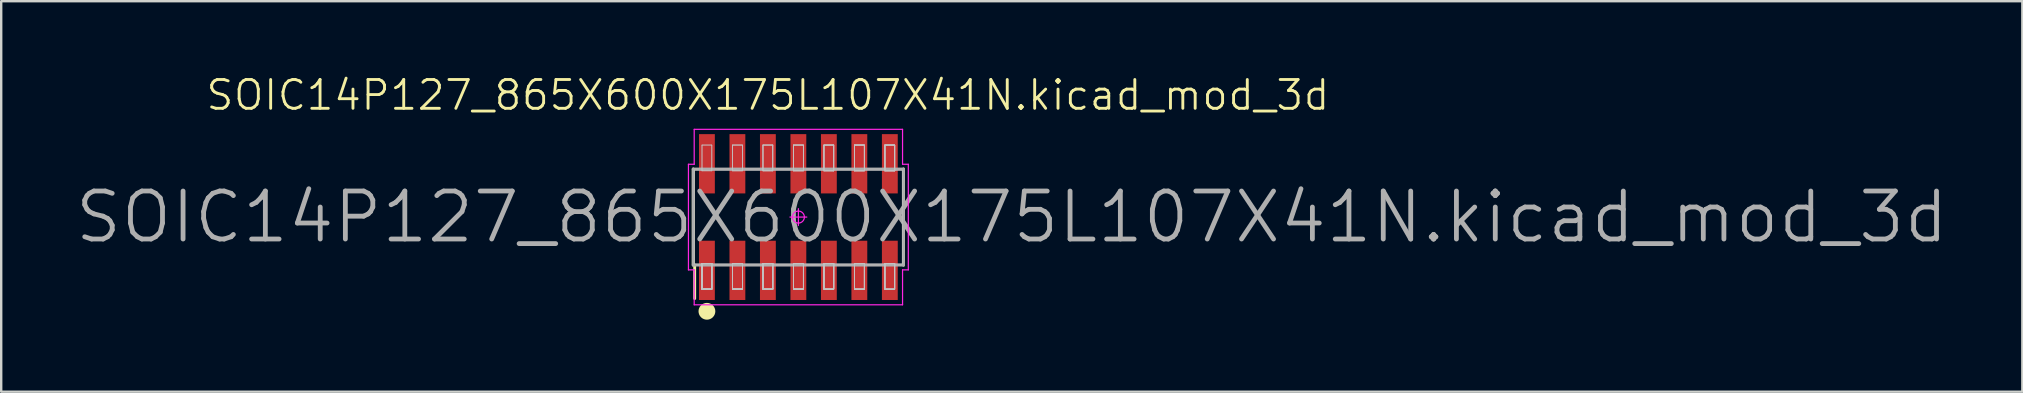
<source format=kicad_pcb>
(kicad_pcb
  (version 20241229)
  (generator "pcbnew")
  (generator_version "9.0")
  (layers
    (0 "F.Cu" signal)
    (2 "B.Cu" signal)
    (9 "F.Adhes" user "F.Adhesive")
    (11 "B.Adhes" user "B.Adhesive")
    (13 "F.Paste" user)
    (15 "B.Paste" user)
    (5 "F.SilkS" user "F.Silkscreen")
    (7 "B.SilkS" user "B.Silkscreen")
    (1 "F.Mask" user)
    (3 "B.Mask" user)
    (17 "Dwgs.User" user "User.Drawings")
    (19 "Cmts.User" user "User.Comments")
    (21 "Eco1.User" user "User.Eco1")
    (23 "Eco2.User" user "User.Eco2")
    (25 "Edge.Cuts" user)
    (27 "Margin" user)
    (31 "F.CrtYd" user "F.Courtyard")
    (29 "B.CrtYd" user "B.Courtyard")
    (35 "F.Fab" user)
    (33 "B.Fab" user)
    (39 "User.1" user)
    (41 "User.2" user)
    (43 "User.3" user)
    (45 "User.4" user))
  (footprint "SOIC14P127_865X600X175L107X41N.kicad_mod_3d"
    (layer "F.Cu")
    (at 30.21 5.993)
    (property "Reference" "SOIC14P127_865X600X175L107X41N.kicad_mod_3d" (at -1.27 -5.08 0) (layer "F.SilkS") (effects (font (size 1.2 1.2) (thickness 0.12))))
    (attr smd)
    (fp_line (start -4.38 2) (end -4.38 -2) (stroke (width 0.12) (type solid)) (layer "F.SilkS"))
    (fp_line (start -4.32 2) (end -4.32 3.395) (stroke (width 0.12) (type solid)) (layer "F.SilkS"))
    (fp_line (start 4.38 2) (end 4.38 -2) (stroke (width 0.12) (type solid)) (layer "F.SilkS"))
    (fp_circle (center -3.81 3.925) (end -3.81 4.1) (stroke (width 0.35) (type solid)) (fill no) (layer "F.SilkS"))
    (fp_line (start -4.325 -1.95) (end 4.325 -1.95) (stroke (width 0.025) (type solid)) (layer "Dwgs.User"))
    (fp_line (start -4.325 1.95) (end -4.325 -1.95) (stroke (width 0.025) (type solid)) (layer "Dwgs.User"))
    (fp_line (start -4.015 -3) (end -3.605 -3) (stroke (width 0.025) (type solid)) (layer "Dwgs.User"))
    (fp_line (start -4.015 -3) (end -3.605 -3) (stroke (width 0.025) (type solid)) (layer "Dwgs.User"))
    (fp_line (start -4.015 -1.925) (end -4.015 -3) (stroke (width 0.025) (type solid)) (layer "Dwgs.User"))
    (fp_line (start -4.015 -1.925) (end -4.015 -3) (stroke (width 0.025) (type solid)) (layer "Dwgs.User"))
    (fp_line (start -4.015 1.925) (end -3.605 1.925) (stroke (width 0.025) (type solid)) (layer "Dwgs.User"))
    (fp_line (start -4.015 1.925) (end -3.605 1.925) (stroke (width 0.025) (type solid)) (layer "Dwgs.User"))
    (fp_line (start -4.015 1.925) (end -3.605 1.925) (stroke (width 0.025) (type solid)) (layer "Dwgs.User"))
    (fp_line (start -4.015 1.925) (end -3.605 1.925) (stroke (width 0.025) (type solid)) (layer "Dwgs.User"))
    (fp_line (start -4.015 1.925) (end -3.605 1.925) (stroke (width 0.025) (type solid)) (layer "Dwgs.User"))
    (fp_line (start -4.015 1.925) (end -3.605 1.925) (stroke (width 0.025) (type solid)) (layer "Dwgs.User"))
    (fp_line (start -4.015 1.925) (end -3.605 1.925) (stroke (width 0.025) (type solid)) (layer "Dwgs.User"))
    (fp_line (start -4.015 1.925) (end -3.605 1.925) (stroke (width 0.025) (type solid)) (layer "Dwgs.User"))
    (fp_line (start -4.015 1.925) (end -3.605 1.925) (stroke (width 0.025) (type solid)) (layer "Dwgs.User"))
    (fp_line (start -4.015 1.925) (end -3.605 1.925) (stroke (width 0.025) (type solid)) (layer "Dwgs.User"))
    (fp_line (start -4.015 1.925) (end -3.605 1.925) (stroke (width 0.025) (type solid)) (layer "Dwgs.User"))
    (fp_line (start -4.015 1.925) (end -3.605 1.925) (stroke (width 0.025) (type solid)) (layer "Dwgs.User"))
    (fp_line (start -4.015 1.925) (end -3.605 1.925) (stroke (width 0.025) (type solid)) (layer "Dwgs.User"))
    (fp_line (start -4.015 1.925) (end -3.605 1.925) (stroke (width 0.025) (type solid)) (layer "Dwgs.User"))
    (fp_line (start -4.015 1.925) (end -3.605 1.925) (stroke (width 0.025) (type solid)) (layer "Dwgs.User"))
    (fp_line (start -4.015 3) (end -4.015 1.925) (stroke (width 0.025) (type solid)) (layer "Dwgs.User"))
    (fp_line (start -4.015 3) (end -4.015 1.925) (stroke (width 0.025) (type solid)) (layer "Dwgs.User"))
    (fp_line (start -4.015 3) (end -4.015 1.925) (stroke (width 0.025) (type solid)) (layer "Dwgs.User"))
    (fp_line (start -4.015 3) (end -4.015 1.925) (stroke (width 0.025) (type solid)) (layer "Dwgs.User"))
    (fp_line (start -4.015 3) (end -4.015 1.925) (stroke (width 0.025) (type solid)) (layer "Dwgs.User"))
    (fp_line (start -4.015 3) (end -4.015 1.925) (stroke (width 0.025) (type solid)) (layer "Dwgs.User"))
    (fp_line (start -4.015 3) (end -4.015 1.925) (stroke (width 0.025) (type solid)) (layer "Dwgs.User"))
    (fp_line (start -4.015 3) (end -4.015 1.925) (stroke (width 0.025) (type solid)) (layer "Dwgs.User"))
    (fp_line (start -4.015 3) (end -4.015 1.925) (stroke (width 0.025) (type solid)) (layer "Dwgs.User"))
    (fp_line (start -4.015 3) (end -4.015 1.925) (stroke (width 0.025) (type solid)) (layer "Dwgs.User"))
    (fp_line (start -4.015 3) (end -4.015 1.925) (stroke (width 0.025) (type solid)) (layer "Dwgs.User"))
    (fp_line (start -4.015 3) (end -4.015 1.925) (stroke (width 0.025) (type solid)) (layer "Dwgs.User"))
    (fp_line (start -4.015 3) (end -4.015 1.925) (stroke (width 0.025) (type solid)) (layer "Dwgs.User"))
    (fp_line (start -4.015 3) (end -4.015 1.925) (stroke (width 0.025) (type solid)) (layer "Dwgs.User"))
    (fp_line (start -4.015 3) (end -4.015 1.925) (stroke (width 0.025) (type solid)) (layer "Dwgs.User"))
    (fp_line (start -3.605 -3) (end -3.605 -1.925) (stroke (width 0.025) (type solid)) (layer "Dwgs.User"))
    (fp_line (start -3.605 -3) (end -3.605 -1.925) (stroke (width 0.025) (type solid)) (layer "Dwgs.User"))
    (fp_line (start -3.605 -1.925) (end -4.015 -1.925) (stroke (width 0.025) (type solid)) (layer "Dwgs.User"))
    (fp_line (start -3.605 -1.925) (end -4.015 -1.925) (stroke (width 0.025) (type solid)) (layer "Dwgs.User"))
    (fp_line (start -3.605 1.925) (end -3.605 3) (stroke (width 0.025) (type solid)) (layer "Dwgs.User"))
    (fp_line (start -3.605 1.925) (end -3.605 3) (stroke (width 0.025) (type solid)) (layer "Dwgs.User"))
    (fp_line (start -3.605 1.925) (end -3.605 3) (stroke (width 0.025) (type solid)) (layer "Dwgs.User"))
    (fp_line (start -3.605 1.925) (end -3.605 3) (stroke (width 0.025) (type solid)) (layer "Dwgs.User"))
    (fp_line (start -3.605 1.925) (end -3.605 3) (stroke (width 0.025) (type solid)) (layer "Dwgs.User"))
    (fp_line (start -3.605 1.925) (end -3.605 3) (stroke (width 0.025) (type solid)) (layer "Dwgs.User"))
    (fp_line (start -3.605 1.925) (end -3.605 3) (stroke (width 0.025) (type solid)) (layer "Dwgs.User"))
    (fp_line (start -3.605 1.925) (end -3.605 3) (stroke (width 0.025) (type solid)) (layer "Dwgs.User"))
    (fp_line (start -3.605 1.925) (end -3.605 3) (stroke (width 0.025) (type solid)) (layer "Dwgs.User"))
    (fp_line (start -3.605 1.925) (end -3.605 3) (stroke (width 0.025) (type solid)) (layer "Dwgs.User"))
    (fp_line (start -3.605 1.925) (end -3.605 3) (stroke (width 0.025) (type solid)) (layer "Dwgs.User"))
    (fp_line (start -3.605 1.925) (end -3.605 3) (stroke (width 0.025) (type solid)) (layer "Dwgs.User"))
    (fp_line (start -3.605 1.925) (end -3.605 3) (stroke (width 0.025) (type solid)) (layer "Dwgs.User"))
    (fp_line (start -3.605 1.925) (end -3.605 3) (stroke (width 0.025) (type solid)) (layer "Dwgs.User"))
    (fp_line (start -3.605 1.925) (end -3.605 3) (stroke (width 0.025) (type solid)) (layer "Dwgs.User"))
    (fp_line (start -3.605 3) (end -4.015 3) (stroke (width 0.025) (type solid)) (layer "Dwgs.User"))
    (fp_line (start -3.605 3) (end -4.015 3) (stroke (width 0.025) (type solid)) (layer "Dwgs.User"))
    (fp_line (start -3.605 3) (end -4.015 3) (stroke (width 0.025) (type solid)) (layer "Dwgs.User"))
    (fp_line (start -3.605 3) (end -4.015 3) (stroke (width 0.025) (type solid)) (layer "Dwgs.User"))
    (fp_line (start -3.605 3) (end -4.015 3) (stroke (width 0.025) (type solid)) (layer "Dwgs.User"))
    (fp_line (start -3.605 3) (end -4.015 3) (stroke (width 0.025) (type solid)) (layer "Dwgs.User"))
    (fp_line (start -3.605 3) (end -4.015 3) (stroke (width 0.025) (type solid)) (layer "Dwgs.User"))
    (fp_line (start -3.605 3) (end -4.015 3) (stroke (width 0.025) (type solid)) (layer "Dwgs.User"))
    (fp_line (start -3.605 3) (end -4.015 3) (stroke (width 0.025) (type solid)) (layer "Dwgs.User"))
    (fp_line (start -3.605 3) (end -4.015 3) (stroke (width 0.025) (type solid)) (layer "Dwgs.User"))
    (fp_line (start -3.605 3) (end -4.015 3) (stroke (width 0.025) (type solid)) (layer "Dwgs.User"))
    (fp_line (start -3.605 3) (end -4.015 3) (stroke (width 0.025) (type solid)) (layer "Dwgs.User"))
    (fp_line (start -3.605 3) (end -4.015 3) (stroke (width 0.025) (type solid)) (layer "Dwgs.User"))
    (fp_line (start -3.605 3) (end -4.015 3) (stroke (width 0.025) (type solid)) (layer "Dwgs.User"))
    (fp_line (start -3.605 3) (end -4.015 3) (stroke (width 0.025) (type solid)) (layer "Dwgs.User"))
    (fp_line (start -2.745 -3) (end -2.335 -3) (stroke (width 0.025) (type solid)) (layer "Dwgs.User"))
    (fp_line (start -2.745 -3) (end -2.335 -3) (stroke (width 0.025) (type solid)) (layer "Dwgs.User"))
    (fp_line (start -2.745 -3) (end -2.335 -3) (stroke (width 0.025) (type solid)) (layer "Dwgs.User"))
    (fp_line (start -2.745 -1.925) (end -2.745 -3) (stroke (width 0.025) (type solid)) (layer "Dwgs.User"))
    (fp_line (start -2.745 -1.925) (end -2.745 -3) (stroke (width 0.025) (type solid)) (layer "Dwgs.User"))
    (fp_line (start -2.745 -1.925) (end -2.745 -3) (stroke (width 0.025) (type solid)) (layer "Dwgs.User"))
    (fp_line (start -2.745 1.925) (end -2.335 1.925) (stroke (width 0.025) (type solid)) (layer "Dwgs.User"))
    (fp_line (start -2.745 1.925) (end -2.335 1.925) (stroke (width 0.025) (type solid)) (layer "Dwgs.User"))
    (fp_line (start -2.745 1.925) (end -2.335 1.925) (stroke (width 0.025) (type solid)) (layer "Dwgs.User"))
    (fp_line (start -2.745 1.925) (end -2.335 1.925) (stroke (width 0.025) (type solid)) (layer "Dwgs.User"))
    (fp_line (start -2.745 1.925) (end -2.335 1.925) (stroke (width 0.025) (type solid)) (layer "Dwgs.User"))
    (fp_line (start -2.745 1.925) (end -2.335 1.925) (stroke (width 0.025) (type solid)) (layer "Dwgs.User"))
    (fp_line (start -2.745 1.925) (end -2.335 1.925) (stroke (width 0.025) (type solid)) (layer "Dwgs.User"))
    (fp_line (start -2.745 1.925) (end -2.335 1.925) (stroke (width 0.025) (type solid)) (layer "Dwgs.User"))
    (fp_line (start -2.745 1.925) (end -2.335 1.925) (stroke (width 0.025) (type solid)) (layer "Dwgs.User"))
    (fp_line (start -2.745 1.925) (end -2.335 1.925) (stroke (width 0.025) (type solid)) (layer "Dwgs.User"))
    (fp_line (start -2.745 1.925) (end -2.335 1.925) (stroke (width 0.025) (type solid)) (layer "Dwgs.User"))
    (fp_line (start -2.745 1.925) (end -2.335 1.925) (stroke (width 0.025) (type solid)) (layer "Dwgs.User"))
    (fp_line (start -2.745 1.925) (end -2.335 1.925) (stroke (width 0.025) (type solid)) (layer "Dwgs.User"))
    (fp_line (start -2.745 1.925) (end -2.335 1.925) (stroke (width 0.025) (type solid)) (layer "Dwgs.User"))
    (fp_line (start -2.745 3) (end -2.745 1.925) (stroke (width 0.025) (type solid)) (layer "Dwgs.User"))
    (fp_line (start -2.745 3) (end -2.745 1.925) (stroke (width 0.025) (type solid)) (layer "Dwgs.User"))
    (fp_line (start -2.745 3) (end -2.745 1.925) (stroke (width 0.025) (type solid)) (layer "Dwgs.User"))
    (fp_line (start -2.745 3) (end -2.745 1.925) (stroke (width 0.025) (type solid)) (layer "Dwgs.User"))
    (fp_line (start -2.745 3) (end -2.745 1.925) (stroke (width 0.025) (type solid)) (layer "Dwgs.User"))
    (fp_line (start -2.745 3) (end -2.745 1.925) (stroke (width 0.025) (type solid)) (layer "Dwgs.User"))
    (fp_line (start -2.745 3) (end -2.745 1.925) (stroke (width 0.025) (type solid)) (layer "Dwgs.User"))
    (fp_line (start -2.745 3) (end -2.745 1.925) (stroke (width 0.025) (type solid)) (layer "Dwgs.User"))
    (fp_line (start -2.745 3) (end -2.745 1.925) (stroke (width 0.025) (type solid)) (layer "Dwgs.User"))
    (fp_line (start -2.745 3) (end -2.745 1.925) (stroke (width 0.025) (type solid)) (layer "Dwgs.User"))
    (fp_line (start -2.745 3) (end -2.745 1.925) (stroke (width 0.025) (type solid)) (layer "Dwgs.User"))
    (fp_line (start -2.745 3) (end -2.745 1.925) (stroke (width 0.025) (type solid)) (layer "Dwgs.User"))
    (fp_line (start -2.745 3) (end -2.745 1.925) (stroke (width 0.025) (type solid)) (layer "Dwgs.User"))
    (fp_line (start -2.745 3) (end -2.745 1.925) (stroke (width 0.025) (type solid)) (layer "Dwgs.User"))
    (fp_line (start -2.335 -3) (end -2.335 -1.925) (stroke (width 0.025) (type solid)) (layer "Dwgs.User"))
    (fp_line (start -2.335 -3) (end -2.335 -1.925) (stroke (width 0.025) (type solid)) (layer "Dwgs.User"))
    (fp_line (start -2.335 -3) (end -2.335 -1.925) (stroke (width 0.025) (type solid)) (layer "Dwgs.User"))
    (fp_line (start -2.335 -1.925) (end -2.745 -1.925) (stroke (width 0.025) (type solid)) (layer "Dwgs.User"))
    (fp_line (start -2.335 -1.925) (end -2.745 -1.925) (stroke (width 0.025) (type solid)) (layer "Dwgs.User"))
    (fp_line (start -2.335 -1.925) (end -2.745 -1.925) (stroke (width 0.025) (type solid)) (layer "Dwgs.User"))
    (fp_line (start -2.335 1.925) (end -2.335 3) (stroke (width 0.025) (type solid)) (layer "Dwgs.User"))
    (fp_line (start -2.335 1.925) (end -2.335 3) (stroke (width 0.025) (type solid)) (layer "Dwgs.User"))
    (fp_line (start -2.335 1.925) (end -2.335 3) (stroke (width 0.025) (type solid)) (layer "Dwgs.User"))
    (fp_line (start -2.335 1.925) (end -2.335 3) (stroke (width 0.025) (type solid)) (layer "Dwgs.User"))
    (fp_line (start -2.335 1.925) (end -2.335 3) (stroke (width 0.025) (type solid)) (layer "Dwgs.User"))
    (fp_line (start -2.335 1.925) (end -2.335 3) (stroke (width 0.025) (type solid)) (layer "Dwgs.User"))
    (fp_line (start -2.335 1.925) (end -2.335 3) (stroke (width 0.025) (type solid)) (layer "Dwgs.User"))
    (fp_line (start -2.335 1.925) (end -2.335 3) (stroke (width 0.025) (type solid)) (layer "Dwgs.User"))
    (fp_line (start -2.335 1.925) (end -2.335 3) (stroke (width 0.025) (type solid)) (layer "Dwgs.User"))
    (fp_line (start -2.335 1.925) (end -2.335 3) (stroke (width 0.025) (type solid)) (layer "Dwgs.User"))
    (fp_line (start -2.335 1.925) (end -2.335 3) (stroke (width 0.025) (type solid)) (layer "Dwgs.User"))
    (fp_line (start -2.335 1.925) (end -2.335 3) (stroke (width 0.025) (type solid)) (layer "Dwgs.User"))
    (fp_line (start -2.335 1.925) (end -2.335 3) (stroke (width 0.025) (type solid)) (layer "Dwgs.User"))
    (fp_line (start -2.335 1.925) (end -2.335 3) (stroke (width 0.025) (type solid)) (layer "Dwgs.User"))
    (fp_line (start -2.335 3) (end -2.745 3) (stroke (width 0.025) (type solid)) (layer "Dwgs.User"))
    (fp_line (start -2.335 3) (end -2.745 3) (stroke (width 0.025) (type solid)) (layer "Dwgs.User"))
    (fp_line (start -2.335 3) (end -2.745 3) (stroke (width 0.025) (type solid)) (layer "Dwgs.User"))
    (fp_line (start -2.335 3) (end -2.745 3) (stroke (width 0.025) (type solid)) (layer "Dwgs.User"))
    (fp_line (start -2.335 3) (end -2.745 3) (stroke (width 0.025) (type solid)) (layer "Dwgs.User"))
    (fp_line (start -2.335 3) (end -2.745 3) (stroke (width 0.025) (type solid)) (layer "Dwgs.User"))
    (fp_line (start -2.335 3) (end -2.745 3) (stroke (width 0.025) (type solid)) (layer "Dwgs.User"))
    (fp_line (start -2.335 3) (end -2.745 3) (stroke (width 0.025) (type solid)) (layer "Dwgs.User"))
    (fp_line (start -2.335 3) (end -2.745 3) (stroke (width 0.025) (type solid)) (layer "Dwgs.User"))
    (fp_line (start -2.335 3) (end -2.745 3) (stroke (width 0.025) (type solid)) (layer "Dwgs.User"))
    (fp_line (start -2.335 3) (end -2.745 3) (stroke (width 0.025) (type solid)) (layer "Dwgs.User"))
    (fp_line (start -2.335 3) (end -2.745 3) (stroke (width 0.025) (type solid)) (layer "Dwgs.User"))
    (fp_line (start -2.335 3) (end -2.745 3) (stroke (width 0.025) (type solid)) (layer "Dwgs.User"))
    (fp_line (start -2.335 3) (end -2.745 3) (stroke (width 0.025) (type solid)) (layer "Dwgs.User"))
    (fp_line (start -1.475 -3) (end -1.065 -3) (stroke (width 0.025) (type solid)) (layer "Dwgs.User"))
    (fp_line (start -1.475 -3) (end -1.065 -3) (stroke (width 0.025) (type solid)) (layer "Dwgs.User"))
    (fp_line (start -1.475 -3) (end -1.065 -3) (stroke (width 0.025) (type solid)) (layer "Dwgs.User"))
    (fp_line (start -1.475 -3) (end -1.065 -3) (stroke (width 0.025) (type solid)) (layer "Dwgs.User"))
    (fp_line (start -1.475 -1.925) (end -1.475 -3) (stroke (width 0.025) (type solid)) (layer "Dwgs.User"))
    (fp_line (start -1.475 -1.925) (end -1.475 -3) (stroke (width 0.025) (type solid)) (layer "Dwgs.User"))
    (fp_line (start -1.475 -1.925) (end -1.475 -3) (stroke (width 0.025) (type solid)) (layer "Dwgs.User"))
    (fp_line (start -1.475 -1.925) (end -1.475 -3) (stroke (width 0.025) (type solid)) (layer "Dwgs.User"))
    (fp_line (start -1.475 1.925) (end -1.065 1.925) (stroke (width 0.025) (type solid)) (layer "Dwgs.User"))
    (fp_line (start -1.475 1.925) (end -1.065 1.925) (stroke (width 0.025) (type solid)) (layer "Dwgs.User"))
    (fp_line (start -1.475 1.925) (end -1.065 1.925) (stroke (width 0.025) (type solid)) (layer "Dwgs.User"))
    (fp_line (start -1.475 1.925) (end -1.065 1.925) (stroke (width 0.025) (type solid)) (layer "Dwgs.User"))
    (fp_line (start -1.475 1.925) (end -1.065 1.925) (stroke (width 0.025) (type solid)) (layer "Dwgs.User"))
    (fp_line (start -1.475 1.925) (end -1.065 1.925) (stroke (width 0.025) (type solid)) (layer "Dwgs.User"))
    (fp_line (start -1.475 1.925) (end -1.065 1.925) (stroke (width 0.025) (type solid)) (layer "Dwgs.User"))
    (fp_line (start -1.475 1.925) (end -1.065 1.925) (stroke (width 0.025) (type solid)) (layer "Dwgs.User"))
    (fp_line (start -1.475 1.925) (end -1.065 1.925) (stroke (width 0.025) (type solid)) (layer "Dwgs.User"))
    (fp_line (start -1.475 1.925) (end -1.065 1.925) (stroke (width 0.025) (type solid)) (layer "Dwgs.User"))
    (fp_line (start -1.475 1.925) (end -1.065 1.925) (stroke (width 0.025) (type solid)) (layer "Dwgs.User"))
    (fp_line (start -1.475 1.925) (end -1.065 1.925) (stroke (width 0.025) (type solid)) (layer "Dwgs.User"))
    (fp_line (start -1.475 1.925) (end -1.065 1.925) (stroke (width 0.025) (type solid)) (layer "Dwgs.User"))
    (fp_line (start -1.475 3) (end -1.475 1.925) (stroke (width 0.025) (type solid)) (layer "Dwgs.User"))
    (fp_line (start -1.475 3) (end -1.475 1.925) (stroke (width 0.025) (type solid)) (layer "Dwgs.User"))
    (fp_line (start -1.475 3) (end -1.475 1.925) (stroke (width 0.025) (type solid)) (layer "Dwgs.User"))
    (fp_line (start -1.475 3) (end -1.475 1.925) (stroke (width 0.025) (type solid)) (layer "Dwgs.User"))
    (fp_line (start -1.475 3) (end -1.475 1.925) (stroke (width 0.025) (type solid)) (layer "Dwgs.User"))
    (fp_line (start -1.475 3) (end -1.475 1.925) (stroke (width 0.025) (type solid)) (layer "Dwgs.User"))
    (fp_line (start -1.475 3) (end -1.475 1.925) (stroke (width 0.025) (type solid)) (layer "Dwgs.User"))
    (fp_line (start -1.475 3) (end -1.475 1.925) (stroke (width 0.025) (type solid)) (layer "Dwgs.User"))
    (fp_line (start -1.475 3) (end -1.475 1.925) (stroke (width 0.025) (type solid)) (layer "Dwgs.User"))
    (fp_line (start -1.475 3) (end -1.475 1.925) (stroke (width 0.025) (type solid)) (layer "Dwgs.User"))
    (fp_line (start -1.475 3) (end -1.475 1.925) (stroke (width 0.025) (type solid)) (layer "Dwgs.User"))
    (fp_line (start -1.475 3) (end -1.475 1.925) (stroke (width 0.025) (type solid)) (layer "Dwgs.User"))
    (fp_line (start -1.475 3) (end -1.475 1.925) (stroke (width 0.025) (type solid)) (layer "Dwgs.User"))
    (fp_line (start -1.065 -3) (end -1.065 -1.925) (stroke (width 0.025) (type solid)) (layer "Dwgs.User"))
    (fp_line (start -1.065 -3) (end -1.065 -1.925) (stroke (width 0.025) (type solid)) (layer "Dwgs.User"))
    (fp_line (start -1.065 -3) (end -1.065 -1.925) (stroke (width 0.025) (type solid)) (layer "Dwgs.User"))
    (fp_line (start -1.065 -3) (end -1.065 -1.925) (stroke (width 0.025) (type solid)) (layer "Dwgs.User"))
    (fp_line (start -1.065 -1.925) (end -1.475 -1.925) (stroke (width 0.025) (type solid)) (layer "Dwgs.User"))
    (fp_line (start -1.065 -1.925) (end -1.475 -1.925) (stroke (width 0.025) (type solid)) (layer "Dwgs.User"))
    (fp_line (start -1.065 -1.925) (end -1.475 -1.925) (stroke (width 0.025) (type solid)) (layer "Dwgs.User"))
    (fp_line (start -1.065 -1.925) (end -1.475 -1.925) (stroke (width 0.025) (type solid)) (layer "Dwgs.User"))
    (fp_line (start -1.065 1.925) (end -1.065 3) (stroke (width 0.025) (type solid)) (layer "Dwgs.User"))
    (fp_line (start -1.065 1.925) (end -1.065 3) (stroke (width 0.025) (type solid)) (layer "Dwgs.User"))
    (fp_line (start -1.065 1.925) (end -1.065 3) (stroke (width 0.025) (type solid)) (layer "Dwgs.User"))
    (fp_line (start -1.065 1.925) (end -1.065 3) (stroke (width 0.025) (type solid)) (layer "Dwgs.User"))
    (fp_line (start -1.065 1.925) (end -1.065 3) (stroke (width 0.025) (type solid)) (layer "Dwgs.User"))
    (fp_line (start -1.065 1.925) (end -1.065 3) (stroke (width 0.025) (type solid)) (layer "Dwgs.User"))
    (fp_line (start -1.065 1.925) (end -1.065 3) (stroke (width 0.025) (type solid)) (layer "Dwgs.User"))
    (fp_line (start -1.065 1.925) (end -1.065 3) (stroke (width 0.025) (type solid)) (layer "Dwgs.User"))
    (fp_line (start -1.065 1.925) (end -1.065 3) (stroke (width 0.025) (type solid)) (layer "Dwgs.User"))
    (fp_line (start -1.065 1.925) (end -1.065 3) (stroke (width 0.025) (type solid)) (layer "Dwgs.User"))
    (fp_line (start -1.065 1.925) (end -1.065 3) (stroke (width 0.025) (type solid)) (layer "Dwgs.User"))
    (fp_line (start -1.065 1.925) (end -1.065 3) (stroke (width 0.025) (type solid)) (layer "Dwgs.User"))
    (fp_line (start -1.065 1.925) (end -1.065 3) (stroke (width 0.025) (type solid)) (layer "Dwgs.User"))
    (fp_line (start -1.065 3) (end -1.475 3) (stroke (width 0.025) (type solid)) (layer "Dwgs.User"))
    (fp_line (start -1.065 3) (end -1.475 3) (stroke (width 0.025) (type solid)) (layer "Dwgs.User"))
    (fp_line (start -1.065 3) (end -1.475 3) (stroke (width 0.025) (type solid)) (layer "Dwgs.User"))
    (fp_line (start -1.065 3) (end -1.475 3) (stroke (width 0.025) (type solid)) (layer "Dwgs.User"))
    (fp_line (start -1.065 3) (end -1.475 3) (stroke (width 0.025) (type solid)) (layer "Dwgs.User"))
    (fp_line (start -1.065 3) (end -1.475 3) (stroke (width 0.025) (type solid)) (layer "Dwgs.User"))
    (fp_line (start -1.065 3) (end -1.475 3) (stroke (width 0.025) (type solid)) (layer "Dwgs.User"))
    (fp_line (start -1.065 3) (end -1.475 3) (stroke (width 0.025) (type solid)) (layer "Dwgs.User"))
    (fp_line (start -1.065 3) (end -1.475 3) (stroke (width 0.025) (type solid)) (layer "Dwgs.User"))
    (fp_line (start -1.065 3) (end -1.475 3) (stroke (width 0.025) (type solid)) (layer "Dwgs.User"))
    (fp_line (start -1.065 3) (end -1.475 3) (stroke (width 0.025) (type solid)) (layer "Dwgs.User"))
    (fp_line (start -1.065 3) (end -1.475 3) (stroke (width 0.025) (type solid)) (layer "Dwgs.User"))
    (fp_line (start -1.065 3) (end -1.475 3) (stroke (width 0.025) (type solid)) (layer "Dwgs.User"))
    (fp_line (start -0.205 -3) (end 0.205 -3) (stroke (width 0.025) (type solid)) (layer "Dwgs.User"))
    (fp_line (start -0.205 -3) (end 0.205 -3) (stroke (width 0.025) (type solid)) (layer "Dwgs.User"))
    (fp_line (start -0.205 -3) (end 0.205 -3) (stroke (width 0.025) (type solid)) (layer "Dwgs.User"))
    (fp_line (start -0.205 -3) (end 0.205 -3) (stroke (width 0.025) (type solid)) (layer "Dwgs.User"))
    (fp_line (start -0.205 -3) (end 0.205 -3) (stroke (width 0.025) (type solid)) (layer "Dwgs.User"))
    (fp_line (start -0.205 -1.925) (end -0.205 -3) (stroke (width 0.025) (type solid)) (layer "Dwgs.User"))
    (fp_line (start -0.205 -1.925) (end -0.205 -3) (stroke (width 0.025) (type solid)) (layer "Dwgs.User"))
    (fp_line (start -0.205 -1.925) (end -0.205 -3) (stroke (width 0.025) (type solid)) (layer "Dwgs.User"))
    (fp_line (start -0.205 -1.925) (end -0.205 -3) (stroke (width 0.025) (type solid)) (layer "Dwgs.User"))
    (fp_line (start -0.205 -1.925) (end -0.205 -3) (stroke (width 0.025) (type solid)) (layer "Dwgs.User"))
    (fp_line (start -0.205 1.925) (end 0.205 1.925) (stroke (width 0.025) (type solid)) (layer "Dwgs.User"))
    (fp_line (start -0.205 1.925) (end 0.205 1.925) (stroke (width 0.025) (type solid)) (layer "Dwgs.User"))
    (fp_line (start -0.205 1.925) (end 0.205 1.925) (stroke (width 0.025) (type solid)) (layer "Dwgs.User"))
    (fp_line (start -0.205 1.925) (end 0.205 1.925) (stroke (width 0.025) (type solid)) (layer "Dwgs.User"))
    (fp_line (start -0.205 1.925) (end 0.205 1.925) (stroke (width 0.025) (type solid)) (layer "Dwgs.User"))
    (fp_line (start -0.205 1.925) (end 0.205 1.925) (stroke (width 0.025) (type solid)) (layer "Dwgs.User"))
    (fp_line (start -0.205 1.925) (end 0.205 1.925) (stroke (width 0.025) (type solid)) (layer "Dwgs.User"))
    (fp_line (start -0.205 1.925) (end 0.205 1.925) (stroke (width 0.025) (type solid)) (layer "Dwgs.User"))
    (fp_line (start -0.205 1.925) (end 0.205 1.925) (stroke (width 0.025) (type solid)) (layer "Dwgs.User"))
    (fp_line (start -0.205 1.925) (end 0.205 1.925) (stroke (width 0.025) (type solid)) (layer "Dwgs.User"))
    (fp_line (start -0.205 1.925) (end 0.205 1.925) (stroke (width 0.025) (type solid)) (layer "Dwgs.User"))
    (fp_line (start -0.205 1.925) (end 0.205 1.925) (stroke (width 0.025) (type solid)) (layer "Dwgs.User"))
    (fp_line (start -0.205 3) (end -0.205 1.925) (stroke (width 0.025) (type solid)) (layer "Dwgs.User"))
    (fp_line (start -0.205 3) (end -0.205 1.925) (stroke (width 0.025) (type solid)) (layer "Dwgs.User"))
    (fp_line (start -0.205 3) (end -0.205 1.925) (stroke (width 0.025) (type solid)) (layer "Dwgs.User"))
    (fp_line (start -0.205 3) (end -0.205 1.925) (stroke (width 0.025) (type solid)) (layer "Dwgs.User"))
    (fp_line (start -0.205 3) (end -0.205 1.925) (stroke (width 0.025) (type solid)) (layer "Dwgs.User"))
    (fp_line (start -0.205 3) (end -0.205 1.925) (stroke (width 0.025) (type solid)) (layer "Dwgs.User"))
    (fp_line (start -0.205 3) (end -0.205 1.925) (stroke (width 0.025) (type solid)) (layer "Dwgs.User"))
    (fp_line (start -0.205 3) (end -0.205 1.925) (stroke (width 0.025) (type solid)) (layer "Dwgs.User"))
    (fp_line (start -0.205 3) (end -0.205 1.925) (stroke (width 0.025) (type solid)) (layer "Dwgs.User"))
    (fp_line (start -0.205 3) (end -0.205 1.925) (stroke (width 0.025) (type solid)) (layer "Dwgs.User"))
    (fp_line (start -0.205 3) (end -0.205 1.925) (stroke (width 0.025) (type solid)) (layer "Dwgs.User"))
    (fp_line (start -0.205 3) (end -0.205 1.925) (stroke (width 0.025) (type solid)) (layer "Dwgs.User"))
    (fp_line (start 0.205 -3) (end 0.205 -1.925) (stroke (width 0.025) (type solid)) (layer "Dwgs.User"))
    (fp_line (start 0.205 -3) (end 0.205 -1.925) (stroke (width 0.025) (type solid)) (layer "Dwgs.User"))
    (fp_line (start 0.205 -3) (end 0.205 -1.925) (stroke (width 0.025) (type solid)) (layer "Dwgs.User"))
    (fp_line (start 0.205 -3) (end 0.205 -1.925) (stroke (width 0.025) (type solid)) (layer "Dwgs.User"))
    (fp_line (start 0.205 -3) (end 0.205 -1.925) (stroke (width 0.025) (type solid)) (layer "Dwgs.User"))
    (fp_line (start 0.205 -1.925) (end -0.205 -1.925) (stroke (width 0.025) (type solid)) (layer "Dwgs.User"))
    (fp_line (start 0.205 -1.925) (end -0.205 -1.925) (stroke (width 0.025) (type solid)) (layer "Dwgs.User"))
    (fp_line (start 0.205 -1.925) (end -0.205 -1.925) (stroke (width 0.025) (type solid)) (layer "Dwgs.User"))
    (fp_line (start 0.205 -1.925) (end -0.205 -1.925) (stroke (width 0.025) (type solid)) (layer "Dwgs.User"))
    (fp_line (start 0.205 -1.925) (end -0.205 -1.925) (stroke (width 0.025) (type solid)) (layer "Dwgs.User"))
    (fp_line (start 0.205 1.925) (end 0.205 3) (stroke (width 0.025) (type solid)) (layer "Dwgs.User"))
    (fp_line (start 0.205 1.925) (end 0.205 3) (stroke (width 0.025) (type solid)) (layer "Dwgs.User"))
    (fp_line (start 0.205 1.925) (end 0.205 3) (stroke (width 0.025) (type solid)) (layer "Dwgs.User"))
    (fp_line (start 0.205 1.925) (end 0.205 3) (stroke (width 0.025) (type solid)) (layer "Dwgs.User"))
    (fp_line (start 0.205 1.925) (end 0.205 3) (stroke (width 0.025) (type solid)) (layer "Dwgs.User"))
    (fp_line (start 0.205 1.925) (end 0.205 3) (stroke (width 0.025) (type solid)) (layer "Dwgs.User"))
    (fp_line (start 0.205 1.925) (end 0.205 3) (stroke (width 0.025) (type solid)) (layer "Dwgs.User"))
    (fp_line (start 0.205 1.925) (end 0.205 3) (stroke (width 0.025) (type solid)) (layer "Dwgs.User"))
    (fp_line (start 0.205 1.925) (end 0.205 3) (stroke (width 0.025) (type solid)) (layer "Dwgs.User"))
    (fp_line (start 0.205 1.925) (end 0.205 3) (stroke (width 0.025) (type solid)) (layer "Dwgs.User"))
    (fp_line (start 0.205 1.925) (end 0.205 3) (stroke (width 0.025) (type solid)) (layer "Dwgs.User"))
    (fp_line (start 0.205 1.925) (end 0.205 3) (stroke (width 0.025) (type solid)) (layer "Dwgs.User"))
    (fp_line (start 0.205 3) (end -0.205 3) (stroke (width 0.025) (type solid)) (layer "Dwgs.User"))
    (fp_line (start 0.205 3) (end -0.205 3) (stroke (width 0.025) (type solid)) (layer "Dwgs.User"))
    (fp_line (start 0.205 3) (end -0.205 3) (stroke (width 0.025) (type solid)) (layer "Dwgs.User"))
    (fp_line (start 0.205 3) (end -0.205 3) (stroke (width 0.025) (type solid)) (layer "Dwgs.User"))
    (fp_line (start 0.205 3) (end -0.205 3) (stroke (width 0.025) (type solid)) (layer "Dwgs.User"))
    (fp_line (start 0.205 3) (end -0.205 3) (stroke (width 0.025) (type solid)) (layer "Dwgs.User"))
    (fp_line (start 0.205 3) (end -0.205 3) (stroke (width 0.025) (type solid)) (layer "Dwgs.User"))
    (fp_line (start 0.205 3) (end -0.205 3) (stroke (width 0.025) (type solid)) (layer "Dwgs.User"))
    (fp_line (start 0.205 3) (end -0.205 3) (stroke (width 0.025) (type solid)) (layer "Dwgs.User"))
    (fp_line (start 0.205 3) (end -0.205 3) (stroke (width 0.025) (type solid)) (layer "Dwgs.User"))
    (fp_line (start 0.205 3) (end -0.205 3) (stroke (width 0.025) (type solid)) (layer "Dwgs.User"))
    (fp_line (start 0.205 3) (end -0.205 3) (stroke (width 0.025) (type solid)) (layer "Dwgs.User"))
    (fp_line (start 1.065 -3) (end 1.475 -3) (stroke (width 0.025) (type solid)) (layer "Dwgs.User"))
    (fp_line (start 1.065 -3) (end 1.475 -3) (stroke (width 0.025) (type solid)) (layer "Dwgs.User"))
    (fp_line (start 1.065 -3) (end 1.475 -3) (stroke (width 0.025) (type solid)) (layer "Dwgs.User"))
    (fp_line (start 1.065 -3) (end 1.475 -3) (stroke (width 0.025) (type solid)) (layer "Dwgs.User"))
    (fp_line (start 1.065 -3) (end 1.475 -3) (stroke (width 0.025) (type solid)) (layer "Dwgs.User"))
    (fp_line (start 1.065 -3) (end 1.475 -3) (stroke (width 0.025) (type solid)) (layer "Dwgs.User"))
    (fp_line (start 1.065 -1.925) (end 1.065 -3) (stroke (width 0.025) (type solid)) (layer "Dwgs.User"))
    (fp_line (start 1.065 -1.925) (end 1.065 -3) (stroke (width 0.025) (type solid)) (layer "Dwgs.User"))
    (fp_line (start 1.065 -1.925) (end 1.065 -3) (stroke (width 0.025) (type solid)) (layer "Dwgs.User"))
    (fp_line (start 1.065 -1.925) (end 1.065 -3) (stroke (width 0.025) (type solid)) (layer "Dwgs.User"))
    (fp_line (start 1.065 -1.925) (end 1.065 -3) (stroke (width 0.025) (type solid)) (layer "Dwgs.User"))
    (fp_line (start 1.065 -1.925) (end 1.065 -3) (stroke (width 0.025) (type solid)) (layer "Dwgs.User"))
    (fp_line (start 1.065 1.925) (end 1.475 1.925) (stroke (width 0.025) (type solid)) (layer "Dwgs.User"))
    (fp_line (start 1.065 1.925) (end 1.475 1.925) (stroke (width 0.025) (type solid)) (layer "Dwgs.User"))
    (fp_line (start 1.065 1.925) (end 1.475 1.925) (stroke (width 0.025) (type solid)) (layer "Dwgs.User"))
    (fp_line (start 1.065 1.925) (end 1.475 1.925) (stroke (width 0.025) (type solid)) (layer "Dwgs.User"))
    (fp_line (start 1.065 1.925) (end 1.475 1.925) (stroke (width 0.025) (type solid)) (layer "Dwgs.User"))
    (fp_line (start 1.065 1.925) (end 1.475 1.925) (stroke (width 0.025) (type solid)) (layer "Dwgs.User"))
    (fp_line (start 1.065 1.925) (end 1.475 1.925) (stroke (width 0.025) (type solid)) (layer "Dwgs.User"))
    (fp_line (start 1.065 1.925) (end 1.475 1.925) (stroke (width 0.025) (type solid)) (layer "Dwgs.User"))
    (fp_line (start 1.065 1.925) (end 1.475 1.925) (stroke (width 0.025) (type solid)) (layer "Dwgs.User"))
    (fp_line (start 1.065 1.925) (end 1.475 1.925) (stroke (width 0.025) (type solid)) (layer "Dwgs.User"))
    (fp_line (start 1.065 1.925) (end 1.475 1.925) (stroke (width 0.025) (type solid)) (layer "Dwgs.User"))
    (fp_line (start 1.065 3) (end 1.065 1.925) (stroke (width 0.025) (type solid)) (layer "Dwgs.User"))
    (fp_line (start 1.065 3) (end 1.065 1.925) (stroke (width 0.025) (type solid)) (layer "Dwgs.User"))
    (fp_line (start 1.065 3) (end 1.065 1.925) (stroke (width 0.025) (type solid)) (layer "Dwgs.User"))
    (fp_line (start 1.065 3) (end 1.065 1.925) (stroke (width 0.025) (type solid)) (layer "Dwgs.User"))
    (fp_line (start 1.065 3) (end 1.065 1.925) (stroke (width 0.025) (type solid)) (layer "Dwgs.User"))
    (fp_line (start 1.065 3) (end 1.065 1.925) (stroke (width 0.025) (type solid)) (layer "Dwgs.User"))
    (fp_line (start 1.065 3) (end 1.065 1.925) (stroke (width 0.025) (type solid)) (layer "Dwgs.User"))
    (fp_line (start 1.065 3) (end 1.065 1.925) (stroke (width 0.025) (type solid)) (layer "Dwgs.User"))
    (fp_line (start 1.065 3) (end 1.065 1.925) (stroke (width 0.025) (type solid)) (layer "Dwgs.User"))
    (fp_line (start 1.065 3) (end 1.065 1.925) (stroke (width 0.025) (type solid)) (layer "Dwgs.User"))
    (fp_line (start 1.065 3) (end 1.065 1.925) (stroke (width 0.025) (type solid)) (layer "Dwgs.User"))
    (fp_line (start 1.475 -3) (end 1.475 -1.925) (stroke (width 0.025) (type solid)) (layer "Dwgs.User"))
    (fp_line (start 1.475 -3) (end 1.475 -1.925) (stroke (width 0.025) (type solid)) (layer "Dwgs.User"))
    (fp_line (start 1.475 -3) (end 1.475 -1.925) (stroke (width 0.025) (type solid)) (layer "Dwgs.User"))
    (fp_line (start 1.475 -3) (end 1.475 -1.925) (stroke (width 0.025) (type solid)) (layer "Dwgs.User"))
    (fp_line (start 1.475 -3) (end 1.475 -1.925) (stroke (width 0.025) (type solid)) (layer "Dwgs.User"))
    (fp_line (start 1.475 -3) (end 1.475 -1.925) (stroke (width 0.025) (type solid)) (layer "Dwgs.User"))
    (fp_line (start 1.475 -1.925) (end 1.065 -1.925) (stroke (width 0.025) (type solid)) (layer "Dwgs.User"))
    (fp_line (start 1.475 -1.925) (end 1.065 -1.925) (stroke (width 0.025) (type solid)) (layer "Dwgs.User"))
    (fp_line (start 1.475 -1.925) (end 1.065 -1.925) (stroke (width 0.025) (type solid)) (layer "Dwgs.User"))
    (fp_line (start 1.475 -1.925) (end 1.065 -1.925) (stroke (width 0.025) (type solid)) (layer "Dwgs.User"))
    (fp_line (start 1.475 -1.925) (end 1.065 -1.925) (stroke (width 0.025) (type solid)) (layer "Dwgs.User"))
    (fp_line (start 1.475 -1.925) (end 1.065 -1.925) (stroke (width 0.025) (type solid)) (layer "Dwgs.User"))
    (fp_line (start 1.475 1.925) (end 1.475 3) (stroke (width 0.025) (type solid)) (layer "Dwgs.User"))
    (fp_line (start 1.475 1.925) (end 1.475 3) (stroke (width 0.025) (type solid)) (layer "Dwgs.User"))
    (fp_line (start 1.475 1.925) (end 1.475 3) (stroke (width 0.025) (type solid)) (layer "Dwgs.User"))
    (fp_line (start 1.475 1.925) (end 1.475 3) (stroke (width 0.025) (type solid)) (layer "Dwgs.User"))
    (fp_line (start 1.475 1.925) (end 1.475 3) (stroke (width 0.025) (type solid)) (layer "Dwgs.User"))
    (fp_line (start 1.475 1.925) (end 1.475 3) (stroke (width 0.025) (type solid)) (layer "Dwgs.User"))
    (fp_line (start 1.475 1.925) (end 1.475 3) (stroke (width 0.025) (type solid)) (layer "Dwgs.User"))
    (fp_line (start 1.475 1.925) (end 1.475 3) (stroke (width 0.025) (type solid)) (layer "Dwgs.User"))
    (fp_line (start 1.475 1.925) (end 1.475 3) (stroke (width 0.025) (type solid)) (layer "Dwgs.User"))
    (fp_line (start 1.475 1.925) (end 1.475 3) (stroke (width 0.025) (type solid)) (layer "Dwgs.User"))
    (fp_line (start 1.475 1.925) (end 1.475 3) (stroke (width 0.025) (type solid)) (layer "Dwgs.User"))
    (fp_line (start 1.475 3) (end 1.065 3) (stroke (width 0.025) (type solid)) (layer "Dwgs.User"))
    (fp_line (start 1.475 3) (end 1.065 3) (stroke (width 0.025) (type solid)) (layer "Dwgs.User"))
    (fp_line (start 1.475 3) (end 1.065 3) (stroke (width 0.025) (type solid)) (layer "Dwgs.User"))
    (fp_line (start 1.475 3) (end 1.065 3) (stroke (width 0.025) (type solid)) (layer "Dwgs.User"))
    (fp_line (start 1.475 3) (end 1.065 3) (stroke (width 0.025) (type solid)) (layer "Dwgs.User"))
    (fp_line (start 1.475 3) (end 1.065 3) (stroke (width 0.025) (type solid)) (layer "Dwgs.User"))
    (fp_line (start 1.475 3) (end 1.065 3) (stroke (width 0.025) (type solid)) (layer "Dwgs.User"))
    (fp_line (start 1.475 3) (end 1.065 3) (stroke (width 0.025) (type solid)) (layer "Dwgs.User"))
    (fp_line (start 1.475 3) (end 1.065 3) (stroke (width 0.025) (type solid)) (layer "Dwgs.User"))
    (fp_line (start 1.475 3) (end 1.065 3) (stroke (width 0.025) (type solid)) (layer "Dwgs.User"))
    (fp_line (start 1.475 3) (end 1.065 3) (stroke (width 0.025) (type solid)) (layer "Dwgs.User"))
    (fp_line (start 2.335 -3) (end 2.745 -3) (stroke (width 0.025) (type solid)) (layer "Dwgs.User"))
    (fp_line (start 2.335 -3) (end 2.745 -3) (stroke (width 0.025) (type solid)) (layer "Dwgs.User"))
    (fp_line (start 2.335 -3) (end 2.745 -3) (stroke (width 0.025) (type solid)) (layer "Dwgs.User"))
    (fp_line (start 2.335 -3) (end 2.745 -3) (stroke (width 0.025) (type solid)) (layer "Dwgs.User"))
    (fp_line (start 2.335 -3) (end 2.745 -3) (stroke (width 0.025) (type solid)) (layer "Dwgs.User"))
    (fp_line (start 2.335 -3) (end 2.745 -3) (stroke (width 0.025) (type solid)) (layer "Dwgs.User"))
    (fp_line (start 2.335 -3) (end 2.745 -3) (stroke (width 0.025) (type solid)) (layer "Dwgs.User"))
    (fp_line (start 2.335 -1.925) (end 2.335 -3) (stroke (width 0.025) (type solid)) (layer "Dwgs.User"))
    (fp_line (start 2.335 -1.925) (end 2.335 -3) (stroke (width 0.025) (type solid)) (layer "Dwgs.User"))
    (fp_line (start 2.335 -1.925) (end 2.335 -3) (stroke (width 0.025) (type solid)) (layer "Dwgs.User"))
    (fp_line (start 2.335 -1.925) (end 2.335 -3) (stroke (width 0.025) (type solid)) (layer "Dwgs.User"))
    (fp_line (start 2.335 -1.925) (end 2.335 -3) (stroke (width 0.025) (type solid)) (layer "Dwgs.User"))
    (fp_line (start 2.335 -1.925) (end 2.335 -3) (stroke (width 0.025) (type solid)) (layer "Dwgs.User"))
    (fp_line (start 2.335 -1.925) (end 2.335 -3) (stroke (width 0.025) (type solid)) (layer "Dwgs.User"))
    (fp_line (start 2.335 1.925) (end 2.745 1.925) (stroke (width 0.025) (type solid)) (layer "Dwgs.User"))
    (fp_line (start 2.335 1.925) (end 2.745 1.925) (stroke (width 0.025) (type solid)) (layer "Dwgs.User"))
    (fp_line (start 2.335 1.925) (end 2.745 1.925) (stroke (width 0.025) (type solid)) (layer "Dwgs.User"))
    (fp_line (start 2.335 1.925) (end 2.745 1.925) (stroke (width 0.025) (type solid)) (layer "Dwgs.User"))
    (fp_line (start 2.335 1.925) (end 2.745 1.925) (stroke (width 0.025) (type solid)) (layer "Dwgs.User"))
    (fp_line (start 2.335 1.925) (end 2.745 1.925) (stroke (width 0.025) (type solid)) (layer "Dwgs.User"))
    (fp_line (start 2.335 1.925) (end 2.745 1.925) (stroke (width 0.025) (type solid)) (layer "Dwgs.User"))
    (fp_line (start 2.335 1.925) (end 2.745 1.925) (stroke (width 0.025) (type solid)) (layer "Dwgs.User"))
    (fp_line (start 2.335 1.925) (end 2.745 1.925) (stroke (width 0.025) (type solid)) (layer "Dwgs.User"))
    (fp_line (start 2.335 1.925) (end 2.745 1.925) (stroke (width 0.025) (type solid)) (layer "Dwgs.User"))
    (fp_line (start 2.335 3) (end 2.335 1.925) (stroke (width 0.025) (type solid)) (layer "Dwgs.User"))
    (fp_line (start 2.335 3) (end 2.335 1.925) (stroke (width 0.025) (type solid)) (layer "Dwgs.User"))
    (fp_line (start 2.335 3) (end 2.335 1.925) (stroke (width 0.025) (type solid)) (layer "Dwgs.User"))
    (fp_line (start 2.335 3) (end 2.335 1.925) (stroke (width 0.025) (type solid)) (layer "Dwgs.User"))
    (fp_line (start 2.335 3) (end 2.335 1.925) (stroke (width 0.025) (type solid)) (layer "Dwgs.User"))
    (fp_line (start 2.335 3) (end 2.335 1.925) (stroke (width 0.025) (type solid)) (layer "Dwgs.User"))
    (fp_line (start 2.335 3) (end 2.335 1.925) (stroke (width 0.025) (type solid)) (layer "Dwgs.User"))
    (fp_line (start 2.335 3) (end 2.335 1.925) (stroke (width 0.025) (type solid)) (layer "Dwgs.User"))
    (fp_line (start 2.335 3) (end 2.335 1.925) (stroke (width 0.025) (type solid)) (layer "Dwgs.User"))
    (fp_line (start 2.335 3) (end 2.335 1.925) (stroke (width 0.025) (type solid)) (layer "Dwgs.User"))
    (fp_line (start 2.745 -3) (end 2.745 -1.925) (stroke (width 0.025) (type solid)) (layer "Dwgs.User"))
    (fp_line (start 2.745 -3) (end 2.745 -1.925) (stroke (width 0.025) (type solid)) (layer "Dwgs.User"))
    (fp_line (start 2.745 -3) (end 2.745 -1.925) (stroke (width 0.025) (type solid)) (layer "Dwgs.User"))
    (fp_line (start 2.745 -3) (end 2.745 -1.925) (stroke (width 0.025) (type solid)) (layer "Dwgs.User"))
    (fp_line (start 2.745 -3) (end 2.745 -1.925) (stroke (width 0.025) (type solid)) (layer "Dwgs.User"))
    (fp_line (start 2.745 -3) (end 2.745 -1.925) (stroke (width 0.025) (type solid)) (layer "Dwgs.User"))
    (fp_line (start 2.745 -3) (end 2.745 -1.925) (stroke (width 0.025) (type solid)) (layer "Dwgs.User"))
    (fp_line (start 2.745 -1.925) (end 2.335 -1.925) (stroke (width 0.025) (type solid)) (layer "Dwgs.User"))
    (fp_line (start 2.745 -1.925) (end 2.335 -1.925) (stroke (width 0.025) (type solid)) (layer "Dwgs.User"))
    (fp_line (start 2.745 -1.925) (end 2.335 -1.925) (stroke (width 0.025) (type solid)) (layer "Dwgs.User"))
    (fp_line (start 2.745 -1.925) (end 2.335 -1.925) (stroke (width 0.025) (type solid)) (layer "Dwgs.User"))
    (fp_line (start 2.745 -1.925) (end 2.335 -1.925) (stroke (width 0.025) (type solid)) (layer "Dwgs.User"))
    (fp_line (start 2.745 -1.925) (end 2.335 -1.925) (stroke (width 0.025) (type solid)) (layer "Dwgs.User"))
    (fp_line (start 2.745 -1.925) (end 2.335 -1.925) (stroke (width 0.025) (type solid)) (layer "Dwgs.User"))
    (fp_line (start 2.745 1.925) (end 2.745 3) (stroke (width 0.025) (type solid)) (layer "Dwgs.User"))
    (fp_line (start 2.745 1.925) (end 2.745 3) (stroke (width 0.025) (type solid)) (layer "Dwgs.User"))
    (fp_line (start 2.745 1.925) (end 2.745 3) (stroke (width 0.025) (type solid)) (layer "Dwgs.User"))
    (fp_line (start 2.745 1.925) (end 2.745 3) (stroke (width 0.025) (type solid)) (layer "Dwgs.User"))
    (fp_line (start 2.745 1.925) (end 2.745 3) (stroke (width 0.025) (type solid)) (layer "Dwgs.User"))
    (fp_line (start 2.745 1.925) (end 2.745 3) (stroke (width 0.025) (type solid)) (layer "Dwgs.User"))
    (fp_line (start 2.745 1.925) (end 2.745 3) (stroke (width 0.025) (type solid)) (layer "Dwgs.User"))
    (fp_line (start 2.745 1.925) (end 2.745 3) (stroke (width 0.025) (type solid)) (layer "Dwgs.User"))
    (fp_line (start 2.745 1.925) (end 2.745 3) (stroke (width 0.025) (type solid)) (layer "Dwgs.User"))
    (fp_line (start 2.745 1.925) (end 2.745 3) (stroke (width 0.025) (type solid)) (layer "Dwgs.User"))
    (fp_line (start 2.745 3) (end 2.335 3) (stroke (width 0.025) (type solid)) (layer "Dwgs.User"))
    (fp_line (start 2.745 3) (end 2.335 3) (stroke (width 0.025) (type solid)) (layer "Dwgs.User"))
    (fp_line (start 2.745 3) (end 2.335 3) (stroke (width 0.025) (type solid)) (layer "Dwgs.User"))
    (fp_line (start 2.745 3) (end 2.335 3) (stroke (width 0.025) (type solid)) (layer "Dwgs.User"))
    (fp_line (start 2.745 3) (end 2.335 3) (stroke (width 0.025) (type solid)) (layer "Dwgs.User"))
    (fp_line (start 2.745 3) (end 2.335 3) (stroke (width 0.025) (type solid)) (layer "Dwgs.User"))
    (fp_line (start 2.745 3) (end 2.335 3) (stroke (width 0.025) (type solid)) (layer "Dwgs.User"))
    (fp_line (start 2.745 3) (end 2.335 3) (stroke (width 0.025) (type solid)) (layer "Dwgs.User"))
    (fp_line (start 2.745 3) (end 2.335 3) (stroke (width 0.025) (type solid)) (layer "Dwgs.User"))
    (fp_line (start 2.745 3) (end 2.335 3) (stroke (width 0.025) (type solid)) (layer "Dwgs.User"))
    (fp_line (start 3.605 -3) (end 4.015 -3) (stroke (width 0.025) (type solid)) (layer "Dwgs.User"))
    (fp_line (start 3.605 -3) (end 4.015 -3) (stroke (width 0.025) (type solid)) (layer "Dwgs.User"))
    (fp_line (start 3.605 -3) (end 4.015 -3) (stroke (width 0.025) (type solid)) (layer "Dwgs.User"))
    (fp_line (start 3.605 -3) (end 4.015 -3) (stroke (width 0.025) (type solid)) (layer "Dwgs.User"))
    (fp_line (start 3.605 -3) (end 4.015 -3) (stroke (width 0.025) (type solid)) (layer "Dwgs.User"))
    (fp_line (start 3.605 -3) (end 4.015 -3) (stroke (width 0.025) (type solid)) (layer "Dwgs.User"))
    (fp_line (start 3.605 -3) (end 4.015 -3) (stroke (width 0.025) (type solid)) (layer "Dwgs.User"))
    (fp_line (start 3.605 -3) (end 4.015 -3) (stroke (width 0.025) (type solid)) (layer "Dwgs.User"))
    (fp_line (start 3.605 -1.925) (end 3.605 -3) (stroke (width 0.025) (type solid)) (layer "Dwgs.User"))
    (fp_line (start 3.605 -1.925) (end 3.605 -3) (stroke (width 0.025) (type solid)) (layer "Dwgs.User"))
    (fp_line (start 3.605 -1.925) (end 3.605 -3) (stroke (width 0.025) (type solid)) (layer "Dwgs.User"))
    (fp_line (start 3.605 -1.925) (end 3.605 -3) (stroke (width 0.025) (type solid)) (layer "Dwgs.User"))
    (fp_line (start 3.605 -1.925) (end 3.605 -3) (stroke (width 0.025) (type solid)) (layer "Dwgs.User"))
    (fp_line (start 3.605 -1.925) (end 3.605 -3) (stroke (width 0.025) (type solid)) (layer "Dwgs.User"))
    (fp_line (start 3.605 -1.925) (end 3.605 -3) (stroke (width 0.025) (type solid)) (layer "Dwgs.User"))
    (fp_line (start 3.605 -1.925) (end 3.605 -3) (stroke (width 0.025) (type solid)) (layer "Dwgs.User"))
    (fp_line (start 3.605 1.925) (end 4.015 1.925) (stroke (width 0.025) (type solid)) (layer "Dwgs.User"))
    (fp_line (start 3.605 1.925) (end 4.015 1.925) (stroke (width 0.025) (type solid)) (layer "Dwgs.User"))
    (fp_line (start 3.605 1.925) (end 4.015 1.925) (stroke (width 0.025) (type solid)) (layer "Dwgs.User"))
    (fp_line (start 3.605 1.925) (end 4.015 1.925) (stroke (width 0.025) (type solid)) (layer "Dwgs.User"))
    (fp_line (start 3.605 1.925) (end 4.015 1.925) (stroke (width 0.025) (type solid)) (layer "Dwgs.User"))
    (fp_line (start 3.605 1.925) (end 4.015 1.925) (stroke (width 0.025) (type solid)) (layer "Dwgs.User"))
    (fp_line (start 3.605 1.925) (end 4.015 1.925) (stroke (width 0.025) (type solid)) (layer "Dwgs.User"))
    (fp_line (start 3.605 1.925) (end 4.015 1.925) (stroke (width 0.025) (type solid)) (layer "Dwgs.User"))
    (fp_line (start 3.605 1.925) (end 4.015 1.925) (stroke (width 0.025) (type solid)) (layer "Dwgs.User"))
    (fp_line (start 3.605 3) (end 3.605 1.925) (stroke (width 0.025) (type solid)) (layer "Dwgs.User"))
    (fp_line (start 3.605 3) (end 3.605 1.925) (stroke (width 0.025) (type solid)) (layer "Dwgs.User"))
    (fp_line (start 3.605 3) (end 3.605 1.925) (stroke (width 0.025) (type solid)) (layer "Dwgs.User"))
    (fp_line (start 3.605 3) (end 3.605 1.925) (stroke (width 0.025) (type solid)) (layer "Dwgs.User"))
    (fp_line (start 3.605 3) (end 3.605 1.925) (stroke (width 0.025) (type solid)) (layer "Dwgs.User"))
    (fp_line (start 3.605 3) (end 3.605 1.925) (stroke (width 0.025) (type solid)) (layer "Dwgs.User"))
    (fp_line (start 3.605 3) (end 3.605 1.925) (stroke (width 0.025) (type solid)) (layer "Dwgs.User"))
    (fp_line (start 3.605 3) (end 3.605 1.925) (stroke (width 0.025) (type solid)) (layer "Dwgs.User"))
    (fp_line (start 3.605 3) (end 3.605 1.925) (stroke (width 0.025) (type solid)) (layer "Dwgs.User"))
    (fp_line (start 4.015 -3) (end 4.015 -1.925) (stroke (width 0.025) (type solid)) (layer "Dwgs.User"))
    (fp_line (start 4.015 -3) (end 4.015 -1.925) (stroke (width 0.025) (type solid)) (layer "Dwgs.User"))
    (fp_line (start 4.015 -3) (end 4.015 -1.925) (stroke (width 0.025) (type solid)) (layer "Dwgs.User"))
    (fp_line (start 4.015 -3) (end 4.015 -1.925) (stroke (width 0.025) (type solid)) (layer "Dwgs.User"))
    (fp_line (start 4.015 -3) (end 4.015 -1.925) (stroke (width 0.025) (type solid)) (layer "Dwgs.User"))
    (fp_line (start 4.015 -3) (end 4.015 -1.925) (stroke (width 0.025) (type solid)) (layer "Dwgs.User"))
    (fp_line (start 4.015 -3) (end 4.015 -1.925) (stroke (width 0.025) (type solid)) (layer "Dwgs.User"))
    (fp_line (start 4.015 -3) (end 4.015 -1.925) (stroke (width 0.025) (type solid)) (layer "Dwgs.User"))
    (fp_line (start 4.015 -1.925) (end 3.605 -1.925) (stroke (width 0.025) (type solid)) (layer "Dwgs.User"))
    (fp_line (start 4.015 -1.925) (end 3.605 -1.925) (stroke (width 0.025) (type solid)) (layer "Dwgs.User"))
    (fp_line (start 4.015 -1.925) (end 3.605 -1.925) (stroke (width 0.025) (type solid)) (layer "Dwgs.User"))
    (fp_line (start 4.015 -1.925) (end 3.605 -1.925) (stroke (width 0.025) (type solid)) (layer "Dwgs.User"))
    (fp_line (start 4.015 -1.925) (end 3.605 -1.925) (stroke (width 0.025) (type solid)) (layer "Dwgs.User"))
    (fp_line (start 4.015 -1.925) (end 3.605 -1.925) (stroke (width 0.025) (type solid)) (layer "Dwgs.User"))
    (fp_line (start 4.015 -1.925) (end 3.605 -1.925) (stroke (width 0.025) (type solid)) (layer "Dwgs.User"))
    (fp_line (start 4.015 -1.925) (end 3.605 -1.925) (stroke (width 0.025) (type solid)) (layer "Dwgs.User"))
    (fp_line (start 4.015 1.925) (end 4.015 3) (stroke (width 0.025) (type solid)) (layer "Dwgs.User"))
    (fp_line (start 4.015 1.925) (end 4.015 3) (stroke (width 0.025) (type solid)) (layer "Dwgs.User"))
    (fp_line (start 4.015 1.925) (end 4.015 3) (stroke (width 0.025) (type solid)) (layer "Dwgs.User"))
    (fp_line (start 4.015 1.925) (end 4.015 3) (stroke (width 0.025) (type solid)) (layer "Dwgs.User"))
    (fp_line (start 4.015 1.925) (end 4.015 3) (stroke (width 0.025) (type solid)) (layer "Dwgs.User"))
    (fp_line (start 4.015 1.925) (end 4.015 3) (stroke (width 0.025) (type solid)) (layer "Dwgs.User"))
    (fp_line (start 4.015 1.925) (end 4.015 3) (stroke (width 0.025) (type solid)) (layer "Dwgs.User"))
    (fp_line (start 4.015 1.925) (end 4.015 3) (stroke (width 0.025) (type solid)) (layer "Dwgs.User"))
    (fp_line (start 4.015 1.925) (end 4.015 3) (stroke (width 0.025) (type solid)) (layer "Dwgs.User"))
    (fp_line (start 4.015 3) (end 3.605 3) (stroke (width 0.025) (type solid)) (layer "Dwgs.User"))
    (fp_line (start 4.015 3) (end 3.605 3) (stroke (width 0.025) (type solid)) (layer "Dwgs.User"))
    (fp_line (start 4.015 3) (end 3.605 3) (stroke (width 0.025) (type solid)) (layer "Dwgs.User"))
    (fp_line (start 4.015 3) (end 3.605 3) (stroke (width 0.025) (type solid)) (layer "Dwgs.User"))
    (fp_line (start 4.015 3) (end 3.605 3) (stroke (width 0.025) (type solid)) (layer "Dwgs.User"))
    (fp_line (start 4.015 3) (end 3.605 3) (stroke (width 0.025) (type solid)) (layer "Dwgs.User"))
    (fp_line (start 4.015 3) (end 3.605 3) (stroke (width 0.025) (type solid)) (layer "Dwgs.User"))
    (fp_line (start 4.015 3) (end 3.605 3) (stroke (width 0.025) (type solid)) (layer "Dwgs.User"))
    (fp_line (start 4.015 3) (end 3.605 3) (stroke (width 0.025) (type solid)) (layer "Dwgs.User"))
    (fp_line (start 4.325 -1.95) (end 4.325 1.95) (stroke (width 0.025) (type solid)) (layer "Dwgs.User"))
    (fp_line (start 4.325 1.95) (end -4.325 1.95) (stroke (width 0.025) (type solid)) (layer "Dwgs.User"))
    (fp_line (start -4.58 -2.2) (end -4.58 2.2) (stroke (width 0.05) (type solid)) (layer "F.CrtYd"))
    (fp_line (start -4.58 2.2) (end -4.34 2.2) (stroke (width 0.05) (type solid)) (layer "F.CrtYd"))
    (fp_line (start -4.34 -3.655) (end -4.34 -2.2) (stroke (width 0.05) (type solid)) (layer "F.CrtYd"))
    (fp_line (start -4.34 -2.2) (end -4.58 -2.2) (stroke (width 0.05) (type solid)) (layer "F.CrtYd"))
    (fp_line (start -4.34 2.2) (end -4.34 3.655) (stroke (width 0.05) (type solid)) (layer "F.CrtYd"))
    (fp_line (start -4.34 3.655) (end 4.34 3.655) (stroke (width 0.05) (type solid)) (layer "F.CrtYd"))
    (fp_line (start -0.35 0) (end 0.35 0) (stroke (width 0.05) (type solid)) (layer "F.CrtYd"))
    (fp_line (start 0 -0.35) (end 0 0.35) (stroke (width 0.05) (type solid)) (layer "F.CrtYd"))
    (fp_line (start 4.34 -3.655) (end -4.34 -3.655) (stroke (width 0.05) (type solid)) (layer "F.CrtYd"))
    (fp_line (start 4.34 -2.2) (end 4.34 -3.655) (stroke (width 0.05) (type solid)) (layer "F.CrtYd"))
    (fp_line (start 4.34 2.2) (end 4.58 2.2) (stroke (width 0.05) (type solid)) (layer "F.CrtYd"))
    (fp_line (start 4.34 3.655) (end 4.34 2.2) (stroke (width 0.05) (type solid)) (layer "F.CrtYd"))
    (fp_line (start 4.58 -2.2) (end 4.34 -2.2) (stroke (width 0.05) (type solid)) (layer "F.CrtYd"))
    (fp_line (start 4.58 2.2) (end 4.58 -2.2) (stroke (width 0.05) (type solid)) (layer "F.CrtYd"))
    (fp_circle (center 0 0) (end 0 0.25) (stroke (width 0.05) (type solid)) (fill no) (layer "F.CrtYd"))
    (fp_line (start -4.38 -2) (end 4.38 -2) (stroke (width 0.12) (type solid)) (layer "F.Fab"))
    (fp_line (start -4.38 2) (end -4.38 -2) (stroke (width 0.12) (type solid)) (layer "F.Fab"))
    (fp_line (start 4.38 -2) (end 4.38 2) (stroke (width 0.12) (type solid)) (layer "F.Fab"))
    (fp_line (start 4.38 2) (end -4.38 2) (stroke (width 0.12) (type solid)) (layer "F.Fab"))
    (fp_text user "${REFERENCE}" (at 8.89 0 0) (layer "F.Fab") (effects (font (size 2 2) (thickness 0.2))))
    (pad "1" smd rect (at -3.81 2.22 90) (size 2.47 0.66) (layers "F.Cu" "F.Mask" "F.Paste"))
    (pad "2" smd rect (at -2.54 2.22 90) (size 2.47 0.66) (layers "F.Cu" "F.Mask" "F.Paste"))
    (pad "3" smd rect (at -1.27 2.22 90) (size 2.47 0.66) (layers "F.Cu" "F.Mask" "F.Paste"))
    (pad "4" smd rect (at 0 2.22 90) (size 2.47 0.66) (layers "F.Cu" "F.Mask" "F.Paste"))
    (pad "5" smd rect (at 1.27 2.22 90) (size 2.47 0.66) (layers "F.Cu" "F.Mask" "F.Paste"))
    (pad "6" smd rect (at 2.54 2.22 90) (size 2.47 0.66) (layers "F.Cu" "F.Mask" "F.Paste"))
    (pad "7" smd rect (at 3.81 2.22 90) (size 2.47 0.66) (layers "F.Cu" "F.Mask" "F.Paste"))
    (pad "8" smd rect (at 3.81 -2.22 90) (size 2.47 0.66) (layers "F.Cu" "F.Mask" "F.Paste"))
    (pad "9" smd rect (at 2.54 -2.22 90) (size 2.47 0.66) (layers "F.Cu" "F.Mask" "F.Paste"))
    (pad "10" smd rect (at 1.27 -2.22 90) (size 2.47 0.66) (layers "F.Cu" "F.Mask" "F.Paste"))
    (pad "11" smd rect (at 0 -2.22 90) (size 2.47 0.66) (layers "F.Cu" "F.Mask" "F.Paste"))
    (pad "12" smd rect (at -1.27 -2.22 90) (size 2.47 0.66) (layers "F.Cu" "F.Mask" "F.Paste"))
    (pad "13" smd rect (at -2.54 -2.22 90) (size 2.47 0.66) (layers "F.Cu" "F.Mask" "F.Paste"))
    (pad "14" smd rect (at -3.81 -2.22 90) (size 2.47 0.66) (layers "F.Cu" "F.Mask" "F.Paste")))
  (gr_rect
    (start -3 -3)
    (end 81.2 13.268)
    (stroke (width 0.1) (type default))
    (fill no)
    (layer "Edge.Cuts")))
</source>
